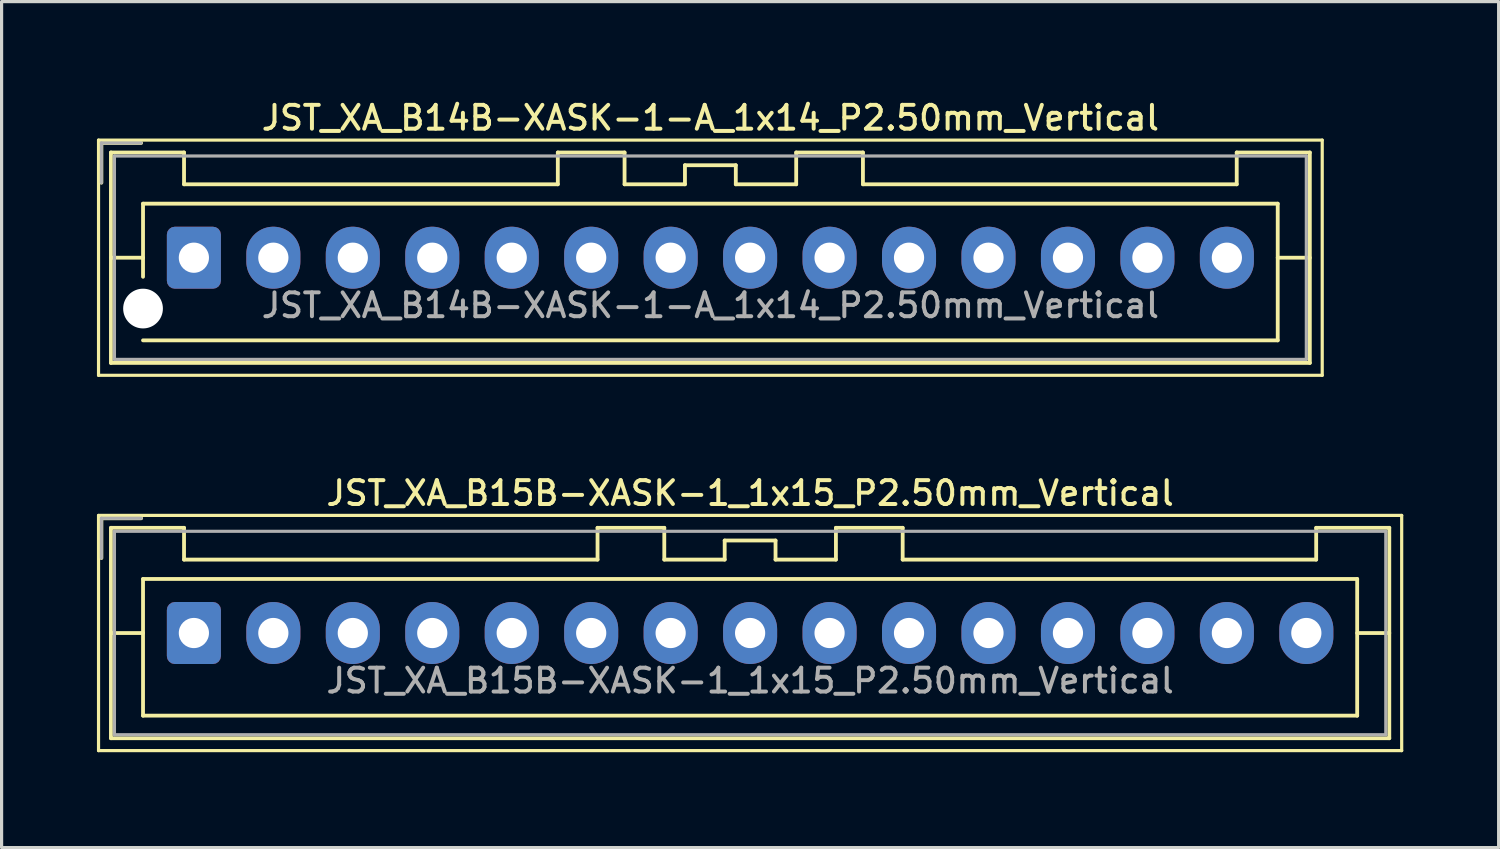
<source format=kicad_pcb>
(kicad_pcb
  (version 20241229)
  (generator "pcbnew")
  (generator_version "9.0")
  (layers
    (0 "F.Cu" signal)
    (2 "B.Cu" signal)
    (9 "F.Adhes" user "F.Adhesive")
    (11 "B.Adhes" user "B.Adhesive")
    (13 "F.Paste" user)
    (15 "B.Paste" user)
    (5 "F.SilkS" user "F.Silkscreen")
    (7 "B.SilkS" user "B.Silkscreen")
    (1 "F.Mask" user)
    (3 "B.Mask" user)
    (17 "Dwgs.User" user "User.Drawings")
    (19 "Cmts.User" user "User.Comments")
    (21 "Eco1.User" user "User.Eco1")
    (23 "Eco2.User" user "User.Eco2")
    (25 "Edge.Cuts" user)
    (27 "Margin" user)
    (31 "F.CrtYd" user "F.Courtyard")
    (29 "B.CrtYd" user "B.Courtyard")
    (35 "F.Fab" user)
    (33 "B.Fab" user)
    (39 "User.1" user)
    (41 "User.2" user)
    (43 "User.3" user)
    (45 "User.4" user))
  (footprint "JST_XA_B15B-XASK-1_1x15_P2.50mm_Vertical"
    (layer "F.Cu")
    (at 3.05 16.866)
    (property "Reference" "JST_XA_B15B-XASK-1_1x15_P2.50mm_Vertical" (at 17.5 -4.4 0) (layer "F.SilkS") (effects (font (size 0.75 0.75) (thickness 0.125))))
    (attr through_hole)
    (fp_line (start -3 -3.7) (end -3 3.7) (stroke (width 0.1) (type solid)) (layer "F.SilkS"))
    (fp_line (start -3 3.7) (end 38 3.7) (stroke (width 0.1) (type solid)) (layer "F.SilkS"))
    (fp_line (start -2.91 -3.61) (end -2.91 -2.36) (stroke (width 0.12) (type solid)) (layer "F.SilkS"))
    (fp_line (start -2.61 -3.31) (end -2.61 3.31) (stroke (width 0.12) (type solid)) (layer "F.SilkS"))
    (fp_line (start -2.61 0) (end -1.6 0) (stroke (width 0.12) (type solid)) (layer "F.SilkS"))
    (fp_line (start -2.61 3.31) (end 37.61 3.31) (stroke (width 0.12) (type solid)) (layer "F.SilkS"))
    (fp_line (start -1.66 -3.61) (end -2.91 -3.61) (stroke (width 0.12) (type solid)) (layer "F.SilkS"))
    (fp_line (start -1.6 -1.7) (end -1.6 2.6) (stroke (width 0.12) (type solid)) (layer "F.SilkS"))
    (fp_line (start -1.6 2.6) (end 36.6 2.6) (stroke (width 0.12) (type solid)) (layer "F.SilkS"))
    (fp_line (start -0.31 -3.31) (end -2.61 -3.31) (stroke (width 0.12) (type solid)) (layer "F.SilkS"))
    (fp_line (start -0.31 -2.31) (end -0.31 -3.31) (stroke (width 0.12) (type solid)) (layer "F.SilkS"))
    (fp_line (start 12.7 -3.31) (end 12.7 -2.31) (stroke (width 0.12) (type solid)) (layer "F.SilkS"))
    (fp_line (start 12.7 -2.31) (end -0.31 -2.31) (stroke (width 0.12) (type solid)) (layer "F.SilkS"))
    (fp_line (start 14.8 -3.31) (end 12.7 -3.31) (stroke (width 0.12) (type solid)) (layer "F.SilkS"))
    (fp_line (start 14.8 -2.31) (end 14.8 -3.31) (stroke (width 0.12) (type solid)) (layer "F.SilkS"))
    (fp_line (start 16.7 -2.91) (end 16.7 -2.31) (stroke (width 0.12) (type solid)) (layer "F.SilkS"))
    (fp_line (start 16.7 -2.31) (end 14.8 -2.31) (stroke (width 0.12) (type solid)) (layer "F.SilkS"))
    (fp_line (start 18.3 -2.91) (end 16.7 -2.91) (stroke (width 0.12) (type solid)) (layer "F.SilkS"))
    (fp_line (start 18.3 -2.31) (end 18.3 -2.91) (stroke (width 0.12) (type solid)) (layer "F.SilkS"))
    (fp_line (start 20.2 -3.31) (end 20.2 -2.31) (stroke (width 0.12) (type solid)) (layer "F.SilkS"))
    (fp_line (start 20.2 -2.31) (end 18.3 -2.31) (stroke (width 0.12) (type solid)) (layer "F.SilkS"))
    (fp_line (start 22.3 -3.31) (end 20.2 -3.31) (stroke (width 0.12) (type solid)) (layer "F.SilkS"))
    (fp_line (start 22.3 -2.31) (end 22.3 -3.31) (stroke (width 0.12) (type solid)) (layer "F.SilkS"))
    (fp_line (start 35.31 -3.31) (end 35.31 -2.31) (stroke (width 0.12) (type solid)) (layer "F.SilkS"))
    (fp_line (start 35.31 -2.31) (end 22.3 -2.31) (stroke (width 0.12) (type solid)) (layer "F.SilkS"))
    (fp_line (start 36.6 -1.7) (end -1.6 -1.7) (stroke (width 0.12) (type solid)) (layer "F.SilkS"))
    (fp_line (start 36.6 2.6) (end 36.6 -1.7) (stroke (width 0.12) (type solid)) (layer "F.SilkS"))
    (fp_line (start 37.61 -3.31) (end 35.31 -3.31) (stroke (width 0.12) (type solid)) (layer "F.SilkS"))
    (fp_line (start 37.61 0) (end 36.6 0) (stroke (width 0.12) (type solid)) (layer "F.SilkS"))
    (fp_line (start 37.61 3.31) (end 37.61 -3.31) (stroke (width 0.12) (type solid)) (layer "F.SilkS"))
    (fp_line (start 38 -3.7) (end -3 -3.7) (stroke (width 0.1) (type solid)) (layer "F.SilkS"))
    (fp_line (start 38 3.7) (end 38 -3.7) (stroke (width 0.1) (type solid)) (layer "F.SilkS"))
    (fp_line (start -2.91 -3.61) (end -2.91 -2.36) (stroke (width 0.1) (type solid)) (layer "F.Fab"))
    (fp_line (start -2.5 -3.2) (end -2.5 3.2) (stroke (width 0.1) (type solid)) (layer "F.Fab"))
    (fp_line (start -2.5 3.2) (end 37.5 3.2) (stroke (width 0.1) (type solid)) (layer "F.Fab"))
    (fp_line (start -1.66 -3.61) (end -2.91 -3.61) (stroke (width 0.1) (type solid)) (layer "F.Fab"))
    (fp_line (start 37.5 -3.2) (end -2.5 -3.2) (stroke (width 0.1) (type solid)) (layer "F.Fab"))
    (fp_line (start 37.5 3.2) (end 37.5 -3.2) (stroke (width 0.1) (type solid)) (layer "F.Fab"))
    (fp_text user "${REFERENCE}" (at 17.5 1.5 0) (layer "F.Fab") (effects (font (size 0.75 0.75) (thickness 0.125))))
    (pad "1" thru_hole roundrect (at 0 0) (size 1.7 1.95) (drill 0.95) (layers "*.Cu" "*.Mask") (roundrect_rratio 0.147))
    (pad "2" thru_hole oval (at 2.5 0) (size 1.7 1.95) (drill 0.95) (layers "*.Cu" "*.Mask"))
    (pad "3" thru_hole oval (at 5 0) (size 1.7 1.95) (drill 0.95) (layers "*.Cu" "*.Mask"))
    (pad "4" thru_hole oval (at 7.5 0) (size 1.7 1.95) (drill 0.95) (layers "*.Cu" "*.Mask"))
    (pad "5" thru_hole oval (at 10 0) (size 1.7 1.95) (drill 0.95) (layers "*.Cu" "*.Mask"))
    (pad "6" thru_hole oval (at 12.5 0) (size 1.7 1.95) (drill 0.95) (layers "*.Cu" "*.Mask"))
    (pad "7" thru_hole oval (at 15 0) (size 1.7 1.95) (drill 0.95) (layers "*.Cu" "*.Mask"))
    (pad "8" thru_hole oval (at 17.5 0) (size 1.7 1.95) (drill 0.95) (layers "*.Cu" "*.Mask"))
    (pad "9" thru_hole oval (at 20 0) (size 1.7 1.95) (drill 0.95) (layers "*.Cu" "*.Mask"))
    (pad "10" thru_hole oval (at 22.5 0) (size 1.7 1.95) (drill 0.95) (layers "*.Cu" "*.Mask"))
    (pad "11" thru_hole oval (at 25 0) (size 1.7 1.95) (drill 0.95) (layers "*.Cu" "*.Mask"))
    (pad "12" thru_hole oval (at 27.5 0) (size 1.7 1.95) (drill 0.95) (layers "*.Cu" "*.Mask"))
    (pad "13" thru_hole oval (at 30 0) (size 1.7 1.95) (drill 0.95) (layers "*.Cu" "*.Mask"))
    (pad "14" thru_hole oval (at 32.5 0) (size 1.7 1.95) (drill 0.95) (layers "*.Cu" "*.Mask"))
    (pad "15" thru_hole oval (at 35 0) (size 1.7 1.95) (drill 0.95) (layers "*.Cu" "*.Mask")))
  (footprint "JST_XA_B14B-XASK-1-A_1x14_P2.50mm_Vertical"
    (layer "F.Cu")
    (at 3.05 5.058)
    (property "Reference" "JST_XA_B14B-XASK-1-A_1x14_P2.50mm_Vertical" (at 16.25 -4.4 0) (layer "F.SilkS") (effects (font (size 0.75 0.75) (thickness 0.125))))
    (attr through_hole)
    (fp_line (start -3 -3.7) (end -3 3.7) (stroke (width 0.1) (type solid)) (layer "F.SilkS"))
    (fp_line (start -3 3.7) (end 35.5 3.7) (stroke (width 0.1) (type solid)) (layer "F.SilkS"))
    (fp_line (start -2.91 -3.61) (end -2.91 -2.36) (stroke (width 0.12) (type solid)) (layer "F.SilkS"))
    (fp_line (start -2.61 -3.31) (end -2.61 3.31) (stroke (width 0.12) (type solid)) (layer "F.SilkS"))
    (fp_line (start -2.61 0) (end -1.6 0) (stroke (width 0.12) (type solid)) (layer "F.SilkS"))
    (fp_line (start -2.61 3.31) (end 35.11 3.31) (stroke (width 0.12) (type solid)) (layer "F.SilkS"))
    (fp_line (start -1.66 -3.61) (end -2.91 -3.61) (stroke (width 0.12) (type solid)) (layer "F.SilkS"))
    (fp_line (start -1.6 -1.7) (end 34.1 -1.7) (stroke (width 0.12) (type solid)) (layer "F.SilkS"))
    (fp_line (start -1.6 0.6) (end -1.6 -1.7) (stroke (width 0.12) (type solid)) (layer "F.SilkS"))
    (fp_line (start -0.31 -3.31) (end -2.61 -3.31) (stroke (width 0.12) (type solid)) (layer "F.SilkS"))
    (fp_line (start -0.31 -2.31) (end -0.31 -3.31) (stroke (width 0.12) (type solid)) (layer "F.SilkS"))
    (fp_line (start 11.45 -3.31) (end 11.45 -2.31) (stroke (width 0.12) (type solid)) (layer "F.SilkS"))
    (fp_line (start 11.45 -2.31) (end -0.31 -2.31) (stroke (width 0.12) (type solid)) (layer "F.SilkS"))
    (fp_line (start 13.55 -3.31) (end 11.45 -3.31) (stroke (width 0.12) (type solid)) (layer "F.SilkS"))
    (fp_line (start 13.55 -2.31) (end 13.55 -3.31) (stroke (width 0.12) (type solid)) (layer "F.SilkS"))
    (fp_line (start 15.45 -2.91) (end 15.45 -2.31) (stroke (width 0.12) (type solid)) (layer "F.SilkS"))
    (fp_line (start 15.45 -2.31) (end 13.55 -2.31) (stroke (width 0.12) (type solid)) (layer "F.SilkS"))
    (fp_line (start 17.05 -2.91) (end 15.45 -2.91) (stroke (width 0.12) (type solid)) (layer "F.SilkS"))
    (fp_line (start 17.05 -2.31) (end 17.05 -2.91) (stroke (width 0.12) (type solid)) (layer "F.SilkS"))
    (fp_line (start 18.95 -3.31) (end 18.95 -2.31) (stroke (width 0.12) (type solid)) (layer "F.SilkS"))
    (fp_line (start 18.95 -2.31) (end 17.05 -2.31) (stroke (width 0.12) (type solid)) (layer "F.SilkS"))
    (fp_line (start 21.05 -3.31) (end 18.95 -3.31) (stroke (width 0.12) (type solid)) (layer "F.SilkS"))
    (fp_line (start 21.05 -2.31) (end 21.05 -3.31) (stroke (width 0.12) (type solid)) (layer "F.SilkS"))
    (fp_line (start 32.81 -3.31) (end 32.81 -2.31) (stroke (width 0.12) (type solid)) (layer "F.SilkS"))
    (fp_line (start 32.81 -2.31) (end 21.05 -2.31) (stroke (width 0.12) (type solid)) (layer "F.SilkS"))
    (fp_line (start 34.1 -1.7) (end 34.1 2.6) (stroke (width 0.12) (type solid)) (layer "F.SilkS"))
    (fp_line (start 34.1 2.6) (end -1.6 2.6) (stroke (width 0.12) (type solid)) (layer "F.SilkS"))
    (fp_line (start 35.11 -3.31) (end 32.81 -3.31) (stroke (width 0.12) (type solid)) (layer "F.SilkS"))
    (fp_line (start 35.11 0) (end 34.1 0) (stroke (width 0.12) (type solid)) (layer "F.SilkS"))
    (fp_line (start 35.11 3.31) (end 35.11 -3.31) (stroke (width 0.12) (type solid)) (layer "F.SilkS"))
    (fp_line (start 35.5 -3.7) (end -3 -3.7) (stroke (width 0.1) (type solid)) (layer "F.SilkS"))
    (fp_line (start 35.5 3.7) (end 35.5 -3.7) (stroke (width 0.1) (type solid)) (layer "F.SilkS"))
    (fp_line (start -2.91 -3.61) (end -2.91 -2.36) (stroke (width 0.1) (type solid)) (layer "F.Fab"))
    (fp_line (start -2.5 -3.2) (end -2.5 3.2) (stroke (width 0.1) (type solid)) (layer "F.Fab"))
    (fp_line (start -2.5 3.2) (end 35 3.2) (stroke (width 0.1) (type solid)) (layer "F.Fab"))
    (fp_line (start -1.66 -3.61) (end -2.91 -3.61) (stroke (width 0.1) (type solid)) (layer "F.Fab"))
    (fp_line (start 35 -3.2) (end -2.5 -3.2) (stroke (width 0.1) (type solid)) (layer "F.Fab"))
    (fp_line (start 35 3.2) (end 35 -3.2) (stroke (width 0.1) (type solid)) (layer "F.Fab"))
    (fp_text user "${REFERENCE}" (at 16.25 1.5 0) (layer "F.Fab") (effects (font (size 0.75 0.75) (thickness 0.125))))
    (pad "" np_thru_hole circle (at -1.6 1.6) (size 1.25 1.25) (drill 1.25) (layers "*.Cu" "*.Mask"))
    (pad "1" thru_hole roundrect (at 0 0) (size 1.7 1.95) (drill 0.95) (layers "*.Cu" "*.Mask") (roundrect_rratio 0.147))
    (pad "2" thru_hole oval (at 2.5 0) (size 1.7 1.95) (drill 0.95) (layers "*.Cu" "*.Mask"))
    (pad "3" thru_hole oval (at 5 0) (size 1.7 1.95) (drill 0.95) (layers "*.Cu" "*.Mask"))
    (pad "4" thru_hole oval (at 7.5 0) (size 1.7 1.95) (drill 0.95) (layers "*.Cu" "*.Mask"))
    (pad "5" thru_hole oval (at 10 0) (size 1.7 1.95) (drill 0.95) (layers "*.Cu" "*.Mask"))
    (pad "6" thru_hole oval (at 12.5 0) (size 1.7 1.95) (drill 0.95) (layers "*.Cu" "*.Mask"))
    (pad "7" thru_hole oval (at 15 0) (size 1.7 1.95) (drill 0.95) (layers "*.Cu" "*.Mask"))
    (pad "8" thru_hole oval (at 17.5 0) (size 1.7 1.95) (drill 0.95) (layers "*.Cu" "*.Mask"))
    (pad "9" thru_hole oval (at 20 0) (size 1.7 1.95) (drill 0.95) (layers "*.Cu" "*.Mask"))
    (pad "10" thru_hole oval (at 22.5 0) (size 1.7 1.95) (drill 0.95) (layers "*.Cu" "*.Mask"))
    (pad "11" thru_hole oval (at 25 0) (size 1.7 1.95) (drill 0.95) (layers "*.Cu" "*.Mask"))
    (pad "12" thru_hole oval (at 27.5 0) (size 1.7 1.95) (drill 0.95) (layers "*.Cu" "*.Mask"))
    (pad "13" thru_hole oval (at 30 0) (size 1.7 1.95) (drill 0.95) (layers "*.Cu" "*.Mask"))
    (pad "14" thru_hole oval (at 32.5 0) (size 1.7 1.95) (drill 0.95) (layers "*.Cu" "*.Mask")))
  (gr_rect
    (start -3 -3)
    (end 44.1 23.616)
    (stroke (width 0.1) (type default))
    (fill no)
    (layer "Edge.Cuts")))
</source>
